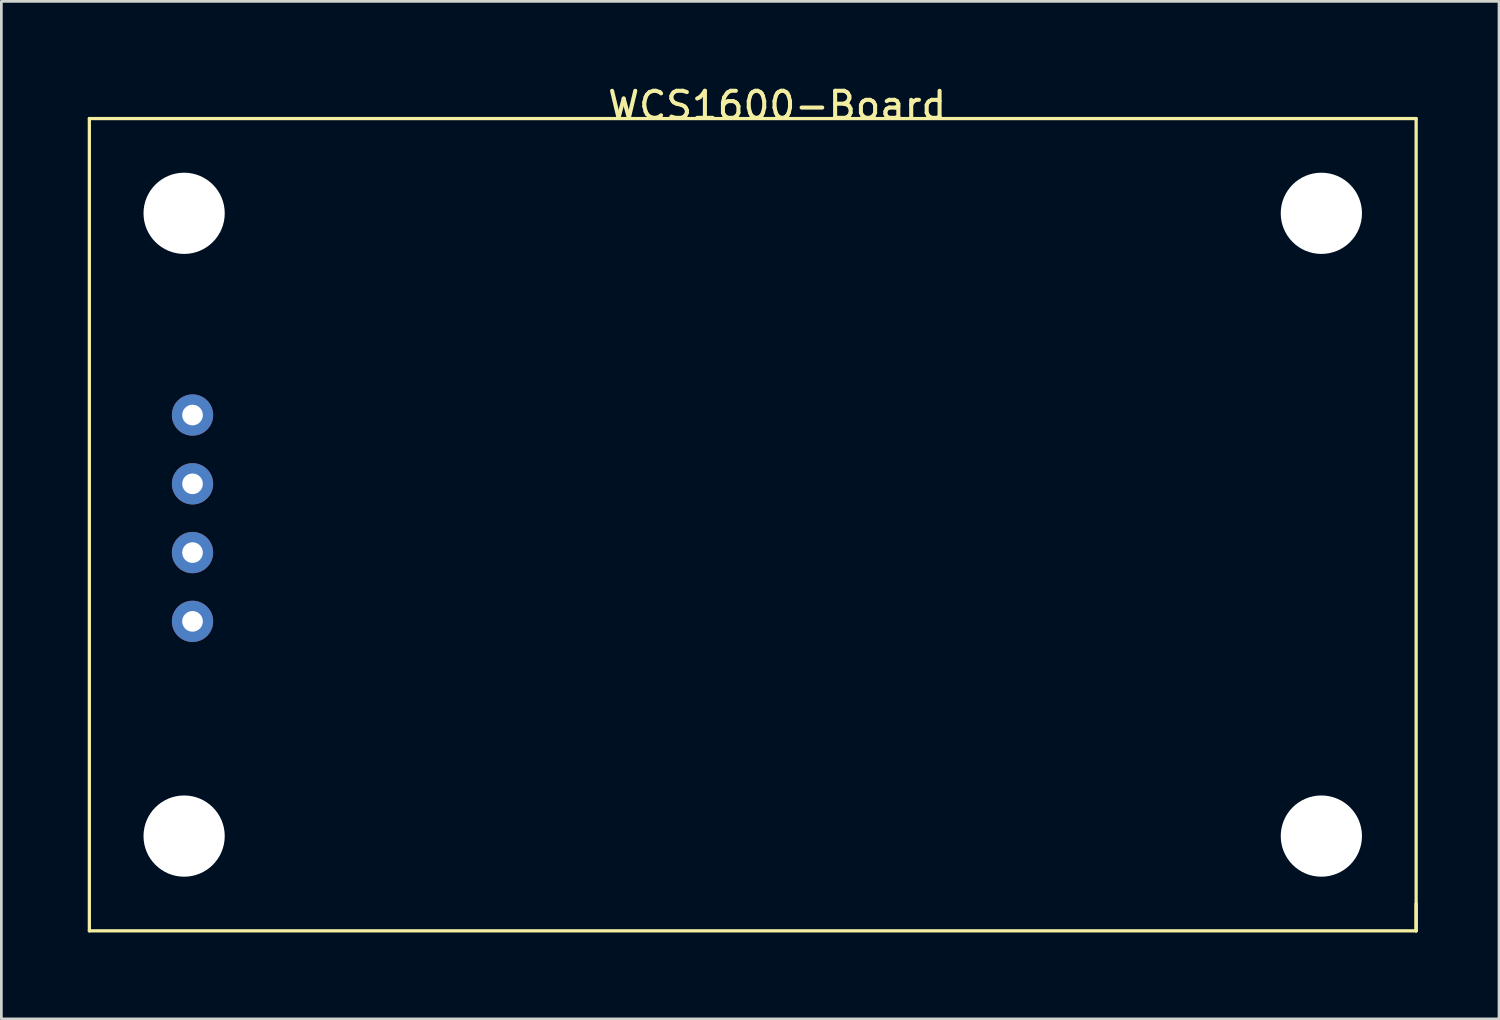
<source format=kicad_pcb>
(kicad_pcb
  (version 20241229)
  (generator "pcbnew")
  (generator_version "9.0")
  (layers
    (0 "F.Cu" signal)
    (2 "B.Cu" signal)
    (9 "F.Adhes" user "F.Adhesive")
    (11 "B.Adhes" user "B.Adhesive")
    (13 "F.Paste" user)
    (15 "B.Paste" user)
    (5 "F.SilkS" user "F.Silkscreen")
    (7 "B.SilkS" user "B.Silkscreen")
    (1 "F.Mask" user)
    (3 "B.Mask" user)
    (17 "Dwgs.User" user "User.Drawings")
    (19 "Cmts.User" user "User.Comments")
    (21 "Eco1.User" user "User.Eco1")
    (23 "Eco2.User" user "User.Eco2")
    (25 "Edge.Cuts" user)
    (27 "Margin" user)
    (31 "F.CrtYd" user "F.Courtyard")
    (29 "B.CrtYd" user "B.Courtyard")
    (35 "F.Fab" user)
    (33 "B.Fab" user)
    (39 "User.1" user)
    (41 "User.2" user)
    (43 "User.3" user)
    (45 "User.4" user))
  (footprint "WCS1600-Board"
    (layer "F.Cu")
    (at 0.25 31.328)
    (property "Reference" "WCS1600-Board" (at 25.4 -30.48 0) (layer "F.SilkS") (effects (font (size 1 1) (thickness 0.15))))
    (attr through_hole)
    (fp_line (start 0 -30) (end 0 0) (stroke (width 0.12) (type solid)) (layer "F.SilkS"))
    (fp_line (start 0 0) (end 49 0) (stroke (width 0.12) (type solid)) (layer "F.SilkS"))
    (fp_line (start 49 -30) (end 0 -30) (stroke (width 0.12) (type solid)) (layer "F.SilkS"))
    (fp_line (start 49 0) (end 49 -30) (stroke (width 0.12) (type solid)) (layer "F.SilkS"))
    (fp_line (start 49 0) (end 49 -1) (stroke (width 0.12) (type solid)) (layer "F.SilkS"))
    (pad "" np_thru_hole circle (at 3.5 -26.5) (size 3 3) (drill 3) (layers "*.Cu" "*.Mask"))
    (pad "" np_thru_hole circle (at 3.5 -3.5) (size 3 3) (drill 3) (layers "*.Cu" "*.Mask"))
    (pad "" np_thru_hole circle (at 45.5 -26.5) (size 3 3) (drill 3) (layers "*.Cu" "*.Mask"))
    (pad "" np_thru_hole circle (at 45.5 -3.5) (size 3 3) (drill 3) (layers "*.Cu" "*.Mask"))
    (pad "1" thru_hole circle (at 3.81 -19.05) (size 1.524 1.524) (drill 0.762) (layers "*.Cu" "*.Mask"))
    (pad "2" thru_hole circle (at 3.81 -16.51) (size 1.524 1.524) (drill 0.762) (layers "*.Cu" "*.Mask"))
    (pad "3" thru_hole circle (at 3.81 -13.97) (size 1.524 1.524) (drill 0.762) (layers "*.Cu" "*.Mask"))
    (pad "4" thru_hole circle (at 3.81 -11.43) (size 1.524 1.524) (drill 0.762) (layers "*.Cu" "*.Mask")))
  (gr_rect
    (start -3 -3)
    (end 52.31 34.578)
    (stroke (width 0.1) (type default))
    (fill no)
    (layer "Edge.Cuts")))
</source>
